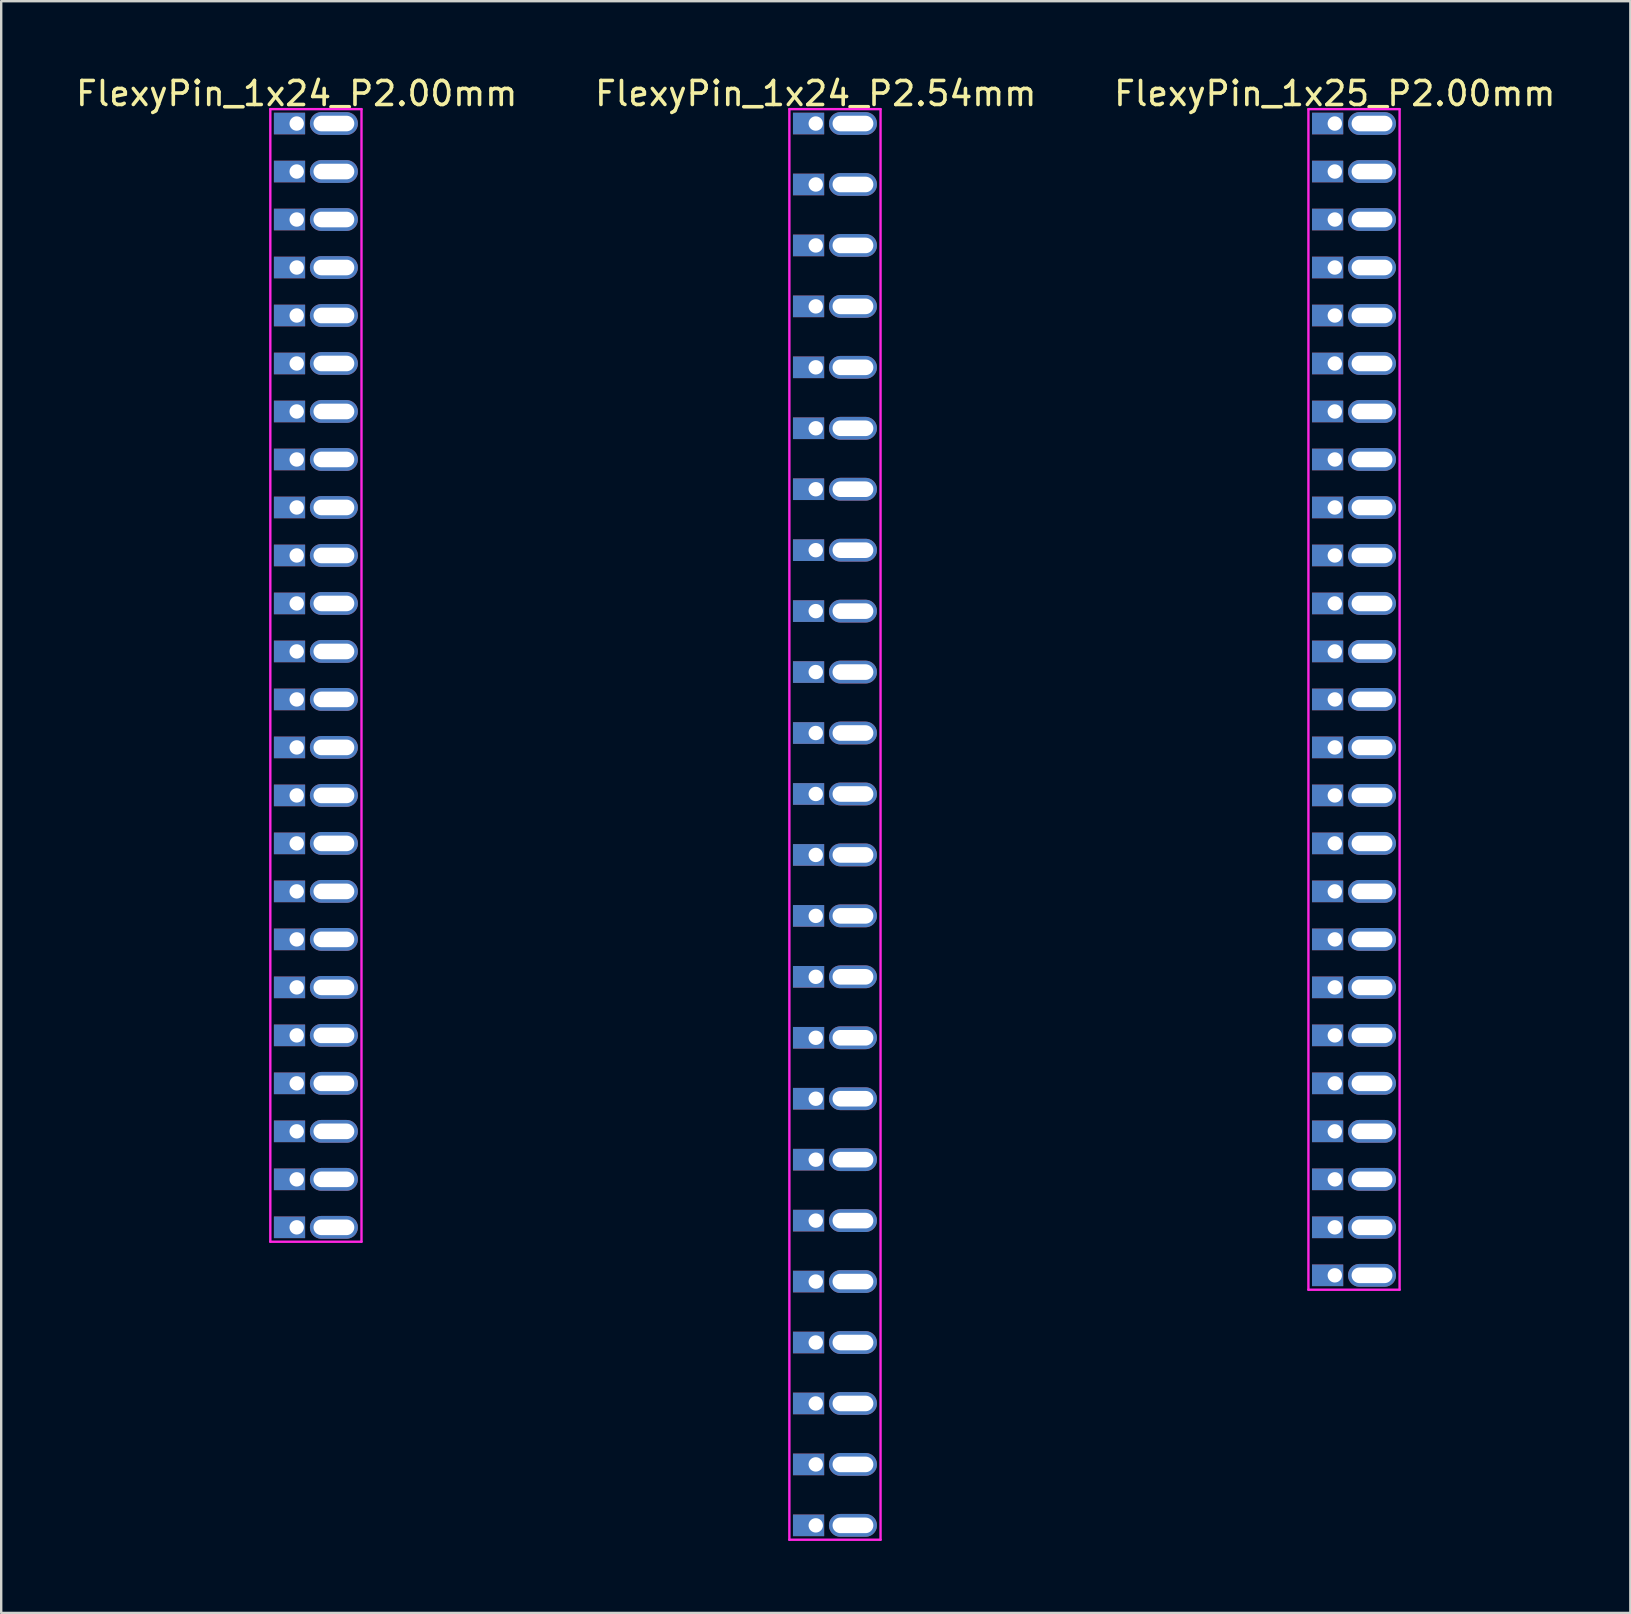
<source format=kicad_pcb>
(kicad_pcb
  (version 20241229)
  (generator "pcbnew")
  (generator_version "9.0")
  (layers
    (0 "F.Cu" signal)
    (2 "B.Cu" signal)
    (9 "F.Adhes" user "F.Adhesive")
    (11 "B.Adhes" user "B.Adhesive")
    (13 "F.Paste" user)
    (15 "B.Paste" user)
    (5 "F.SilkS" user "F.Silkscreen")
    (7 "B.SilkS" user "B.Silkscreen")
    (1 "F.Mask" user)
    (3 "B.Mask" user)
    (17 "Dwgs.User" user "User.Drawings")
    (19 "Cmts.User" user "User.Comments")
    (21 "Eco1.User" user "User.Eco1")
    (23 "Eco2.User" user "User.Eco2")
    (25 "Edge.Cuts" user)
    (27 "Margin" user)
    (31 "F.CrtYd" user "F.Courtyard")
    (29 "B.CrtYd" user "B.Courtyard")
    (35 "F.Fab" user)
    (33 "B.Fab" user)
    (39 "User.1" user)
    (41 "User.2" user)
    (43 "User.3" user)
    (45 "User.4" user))
  (footprint "FlexyPin_1x25_P2.00mm"
    (layer "F.Cu")
    (at 52.577 2.098)
    (property "Reference" "FlexyPin_1x25_P2.00mm" (at 0 -1.25 0) (layer "F.SilkS") (effects (font (size 1 1) (thickness 0.15))))
    (attr through_hole)
    (fp_line (start -1.1 -0.6) (end 2.7 -0.6) (stroke (width 0.1) (type solid)) (layer "F.CrtYd"))
    (fp_line (start -1.1 48.6) (end -1.1 -0.6) (stroke (width 0.1) (type solid)) (layer "F.CrtYd"))
    (fp_line (start 2.7 -0.6) (end 2.7 48.6) (stroke (width 0.1) (type solid)) (layer "F.CrtYd"))
    (fp_line (start 2.7 48.6) (end -1.1 48.6) (stroke (width 0.1) (type solid)) (layer "F.CrtYd"))
    (pad "" thru_hole oval (at 1.55 0) (size 2 0.95) (drill oval 1.7 0.65) (layers "*.Cu" "*.Mask"))
    (pad "" thru_hole oval (at 1.55 2) (size 2 0.95) (drill oval 1.7 0.65) (layers "*.Cu" "*.Mask"))
    (pad "" thru_hole oval (at 1.55 4) (size 2 0.95) (drill oval 1.7 0.65) (layers "*.Cu" "*.Mask"))
    (pad "" thru_hole oval (at 1.55 6) (size 2 0.95) (drill oval 1.7 0.65) (layers "*.Cu" "*.Mask"))
    (pad "" thru_hole oval (at 1.55 8) (size 2 0.95) (drill oval 1.7 0.65) (layers "*.Cu" "*.Mask"))
    (pad "" thru_hole oval (at 1.55 10) (size 2 0.95) (drill oval 1.7 0.65) (layers "*.Cu" "*.Mask"))
    (pad "" thru_hole oval (at 1.55 12) (size 2 0.95) (drill oval 1.7 0.65) (layers "*.Cu" "*.Mask"))
    (pad "" thru_hole oval (at 1.55 14) (size 2 0.95) (drill oval 1.7 0.65) (layers "*.Cu" "*.Mask"))
    (pad "" thru_hole oval (at 1.55 16) (size 2 0.95) (drill oval 1.7 0.65) (layers "*.Cu" "*.Mask"))
    (pad "" thru_hole oval (at 1.55 18) (size 2 0.95) (drill oval 1.7 0.65) (layers "*.Cu" "*.Mask"))
    (pad "" thru_hole oval (at 1.55 20) (size 2 0.95) (drill oval 1.7 0.65) (layers "*.Cu" "*.Mask"))
    (pad "" thru_hole oval (at 1.55 22) (size 2 0.95) (drill oval 1.7 0.65) (layers "*.Cu" "*.Mask"))
    (pad "" thru_hole oval (at 1.55 24) (size 2 0.95) (drill oval 1.7 0.65) (layers "*.Cu" "*.Mask"))
    (pad "" thru_hole oval (at 1.55 26) (size 2 0.95) (drill oval 1.7 0.65) (layers "*.Cu" "*.Mask"))
    (pad "" thru_hole oval (at 1.55 28) (size 2 0.95) (drill oval 1.7 0.65) (layers "*.Cu" "*.Mask"))
    (pad "" thru_hole oval (at 1.55 30) (size 2 0.95) (drill oval 1.7 0.65) (layers "*.Cu" "*.Mask"))
    (pad "" thru_hole oval (at 1.55 32) (size 2 0.95) (drill oval 1.7 0.65) (layers "*.Cu" "*.Mask"))
    (pad "" thru_hole oval (at 1.55 34) (size 2 0.95) (drill oval 1.7 0.65) (layers "*.Cu" "*.Mask"))
    (pad "" thru_hole oval (at 1.55 36) (size 2 0.95) (drill oval 1.7 0.65) (layers "*.Cu" "*.Mask"))
    (pad "" thru_hole oval (at 1.55 38) (size 2 0.95) (drill oval 1.7 0.65) (layers "*.Cu" "*.Mask"))
    (pad "" thru_hole oval (at 1.55 40) (size 2 0.95) (drill oval 1.7 0.65) (layers "*.Cu" "*.Mask"))
    (pad "" thru_hole oval (at 1.55 42) (size 2 0.95) (drill oval 1.7 0.65) (layers "*.Cu" "*.Mask"))
    (pad "" thru_hole oval (at 1.55 44) (size 2 0.95) (drill oval 1.7 0.65) (layers "*.Cu" "*.Mask"))
    (pad "" thru_hole oval (at 1.55 46) (size 2 0.95) (drill oval 1.7 0.65) (layers "*.Cu" "*.Mask"))
    (pad "" thru_hole oval (at 1.55 48) (size 2 0.95) (drill oval 1.7 0.65) (layers "*.Cu" "*.Mask"))
    (pad "1" thru_hole rect (at 0 0) (size 1.3 0.9) (drill 0.6 (offset -0.3 0)) (layers "*.Cu" "*.Mask"))
    (pad "2" thru_hole rect (at 0 2) (size 1.3 0.9) (drill 0.6 (offset -0.3 0)) (layers "*.Cu" "*.Mask"))
    (pad "3" thru_hole rect (at 0 4) (size 1.3 0.9) (drill 0.6 (offset -0.3 0)) (layers "*.Cu" "*.Mask"))
    (pad "4" thru_hole rect (at 0 6) (size 1.3 0.9) (drill 0.6 (offset -0.3 0)) (layers "*.Cu" "*.Mask"))
    (pad "5" thru_hole rect (at 0 8) (size 1.3 0.9) (drill 0.6 (offset -0.3 0)) (layers "*.Cu" "*.Mask"))
    (pad "6" thru_hole rect (at 0 10) (size 1.3 0.9) (drill 0.6 (offset -0.3 0)) (layers "*.Cu" "*.Mask"))
    (pad "7" thru_hole rect (at 0 12) (size 1.3 0.9) (drill 0.6 (offset -0.3 0)) (layers "*.Cu" "*.Mask"))
    (pad "8" thru_hole rect (at 0 14) (size 1.3 0.9) (drill 0.6 (offset -0.3 0)) (layers "*.Cu" "*.Mask"))
    (pad "9" thru_hole rect (at 0 16) (size 1.3 0.9) (drill 0.6 (offset -0.3 0)) (layers "*.Cu" "*.Mask"))
    (pad "10" thru_hole rect (at 0 18) (size 1.3 0.9) (drill 0.6 (offset -0.3 0)) (layers "*.Cu" "*.Mask"))
    (pad "11" thru_hole rect (at 0 20) (size 1.3 0.9) (drill 0.6 (offset -0.3 0)) (layers "*.Cu" "*.Mask"))
    (pad "12" thru_hole rect (at 0 22) (size 1.3 0.9) (drill 0.6 (offset -0.3 0)) (layers "*.Cu" "*.Mask"))
    (pad "13" thru_hole rect (at 0 24) (size 1.3 0.9) (drill 0.6 (offset -0.3 0)) (layers "*.Cu" "*.Mask"))
    (pad "14" thru_hole rect (at 0 26) (size 1.3 0.9) (drill 0.6 (offset -0.3 0)) (layers "*.Cu" "*.Mask"))
    (pad "15" thru_hole rect (at 0 28) (size 1.3 0.9) (drill 0.6 (offset -0.3 0)) (layers "*.Cu" "*.Mask"))
    (pad "16" thru_hole rect (at 0 30) (size 1.3 0.9) (drill 0.6 (offset -0.3 0)) (layers "*.Cu" "*.Mask"))
    (pad "17" thru_hole rect (at 0 32) (size 1.3 0.9) (drill 0.6 (offset -0.3 0)) (layers "*.Cu" "*.Mask"))
    (pad "18" thru_hole rect (at 0 34) (size 1.3 0.9) (drill 0.6 (offset -0.3 0)) (layers "*.Cu" "*.Mask"))
    (pad "19" thru_hole rect (at 0 36) (size 1.3 0.9) (drill 0.6 (offset -0.3 0)) (layers "*.Cu" "*.Mask"))
    (pad "20" thru_hole rect (at 0 38) (size 1.3 0.9) (drill 0.6 (offset -0.3 0)) (layers "*.Cu" "*.Mask"))
    (pad "21" thru_hole rect (at 0 40) (size 1.3 0.9) (drill 0.6 (offset -0.3 0)) (layers "*.Cu" "*.Mask"))
    (pad "22" thru_hole rect (at 0 42) (size 1.3 0.9) (drill 0.6 (offset -0.3 0)) (layers "*.Cu" "*.Mask"))
    (pad "23" thru_hole rect (at 0 44) (size 1.3 0.9) (drill 0.6 (offset -0.3 0)) (layers "*.Cu" "*.Mask"))
    (pad "24" thru_hole rect (at 0 46) (size 1.3 0.9) (drill 0.6 (offset -0.3 0)) (layers "*.Cu" "*.Mask"))
    (pad "25" thru_hole rect (at 0 48) (size 1.3 0.9) (drill 0.6 (offset -0.3 0)) (layers "*.Cu" "*.Mask")))
  (footprint "FlexyPin_1x24_P2.00mm"
    (layer "F.Cu")
    (at 9.315 2.098)
    (property "Reference" "FlexyPin_1x24_P2.00mm" (at 0 -1.25 0) (layer "F.SilkS") (effects (font (size 1 1) (thickness 0.15))))
    (attr through_hole)
    (fp_line (start -1.1 -0.6) (end 2.7 -0.6) (stroke (width 0.1) (type solid)) (layer "F.CrtYd"))
    (fp_line (start -1.1 46.6) (end -1.1 -0.6) (stroke (width 0.1) (type solid)) (layer "F.CrtYd"))
    (fp_line (start 2.7 -0.6) (end 2.7 46.6) (stroke (width 0.1) (type solid)) (layer "F.CrtYd"))
    (fp_line (start 2.7 46.6) (end -1.1 46.6) (stroke (width 0.1) (type solid)) (layer "F.CrtYd"))
    (pad "" thru_hole oval (at 1.55 0) (size 2 0.95) (drill oval 1.7 0.65) (layers "*.Cu" "*.Mask"))
    (pad "" thru_hole oval (at 1.55 2) (size 2 0.95) (drill oval 1.7 0.65) (layers "*.Cu" "*.Mask"))
    (pad "" thru_hole oval (at 1.55 4) (size 2 0.95) (drill oval 1.7 0.65) (layers "*.Cu" "*.Mask"))
    (pad "" thru_hole oval (at 1.55 6) (size 2 0.95) (drill oval 1.7 0.65) (layers "*.Cu" "*.Mask"))
    (pad "" thru_hole oval (at 1.55 8) (size 2 0.95) (drill oval 1.7 0.65) (layers "*.Cu" "*.Mask"))
    (pad "" thru_hole oval (at 1.55 10) (size 2 0.95) (drill oval 1.7 0.65) (layers "*.Cu" "*.Mask"))
    (pad "" thru_hole oval (at 1.55 12) (size 2 0.95) (drill oval 1.7 0.65) (layers "*.Cu" "*.Mask"))
    (pad "" thru_hole oval (at 1.55 14) (size 2 0.95) (drill oval 1.7 0.65) (layers "*.Cu" "*.Mask"))
    (pad "" thru_hole oval (at 1.55 16) (size 2 0.95) (drill oval 1.7 0.65) (layers "*.Cu" "*.Mask"))
    (pad "" thru_hole oval (at 1.55 18) (size 2 0.95) (drill oval 1.7 0.65) (layers "*.Cu" "*.Mask"))
    (pad "" thru_hole oval (at 1.55 20) (size 2 0.95) (drill oval 1.7 0.65) (layers "*.Cu" "*.Mask"))
    (pad "" thru_hole oval (at 1.55 22) (size 2 0.95) (drill oval 1.7 0.65) (layers "*.Cu" "*.Mask"))
    (pad "" thru_hole oval (at 1.55 24) (size 2 0.95) (drill oval 1.7 0.65) (layers "*.Cu" "*.Mask"))
    (pad "" thru_hole oval (at 1.55 26) (size 2 0.95) (drill oval 1.7 0.65) (layers "*.Cu" "*.Mask"))
    (pad "" thru_hole oval (at 1.55 28) (size 2 0.95) (drill oval 1.7 0.65) (layers "*.Cu" "*.Mask"))
    (pad "" thru_hole oval (at 1.55 30) (size 2 0.95) (drill oval 1.7 0.65) (layers "*.Cu" "*.Mask"))
    (pad "" thru_hole oval (at 1.55 32) (size 2 0.95) (drill oval 1.7 0.65) (layers "*.Cu" "*.Mask"))
    (pad "" thru_hole oval (at 1.55 34) (size 2 0.95) (drill oval 1.7 0.65) (layers "*.Cu" "*.Mask"))
    (pad "" thru_hole oval (at 1.55 36) (size 2 0.95) (drill oval 1.7 0.65) (layers "*.Cu" "*.Mask"))
    (pad "" thru_hole oval (at 1.55 38) (size 2 0.95) (drill oval 1.7 0.65) (layers "*.Cu" "*.Mask"))
    (pad "" thru_hole oval (at 1.55 40) (size 2 0.95) (drill oval 1.7 0.65) (layers "*.Cu" "*.Mask"))
    (pad "" thru_hole oval (at 1.55 42) (size 2 0.95) (drill oval 1.7 0.65) (layers "*.Cu" "*.Mask"))
    (pad "" thru_hole oval (at 1.55 44) (size 2 0.95) (drill oval 1.7 0.65) (layers "*.Cu" "*.Mask"))
    (pad "" thru_hole oval (at 1.55 46) (size 2 0.95) (drill oval 1.7 0.65) (layers "*.Cu" "*.Mask"))
    (pad "1" thru_hole rect (at 0 0) (size 1.3 0.9) (drill 0.6 (offset -0.3 0)) (layers "*.Cu" "*.Mask"))
    (pad "2" thru_hole rect (at 0 2) (size 1.3 0.9) (drill 0.6 (offset -0.3 0)) (layers "*.Cu" "*.Mask"))
    (pad "3" thru_hole rect (at 0 4) (size 1.3 0.9) (drill 0.6 (offset -0.3 0)) (layers "*.Cu" "*.Mask"))
    (pad "4" thru_hole rect (at 0 6) (size 1.3 0.9) (drill 0.6 (offset -0.3 0)) (layers "*.Cu" "*.Mask"))
    (pad "5" thru_hole rect (at 0 8) (size 1.3 0.9) (drill 0.6 (offset -0.3 0)) (layers "*.Cu" "*.Mask"))
    (pad "6" thru_hole rect (at 0 10) (size 1.3 0.9) (drill 0.6 (offset -0.3 0)) (layers "*.Cu" "*.Mask"))
    (pad "7" thru_hole rect (at 0 12) (size 1.3 0.9) (drill 0.6 (offset -0.3 0)) (layers "*.Cu" "*.Mask"))
    (pad "8" thru_hole rect (at 0 14) (size 1.3 0.9) (drill 0.6 (offset -0.3 0)) (layers "*.Cu" "*.Mask"))
    (pad "9" thru_hole rect (at 0 16) (size 1.3 0.9) (drill 0.6 (offset -0.3 0)) (layers "*.Cu" "*.Mask"))
    (pad "10" thru_hole rect (at 0 18) (size 1.3 0.9) (drill 0.6 (offset -0.3 0)) (layers "*.Cu" "*.Mask"))
    (pad "11" thru_hole rect (at 0 20) (size 1.3 0.9) (drill 0.6 (offset -0.3 0)) (layers "*.Cu" "*.Mask"))
    (pad "12" thru_hole rect (at 0 22) (size 1.3 0.9) (drill 0.6 (offset -0.3 0)) (layers "*.Cu" "*.Mask"))
    (pad "13" thru_hole rect (at 0 24) (size 1.3 0.9) (drill 0.6 (offset -0.3 0)) (layers "*.Cu" "*.Mask"))
    (pad "14" thru_hole rect (at 0 26) (size 1.3 0.9) (drill 0.6 (offset -0.3 0)) (layers "*.Cu" "*.Mask"))
    (pad "15" thru_hole rect (at 0 28) (size 1.3 0.9) (drill 0.6 (offset -0.3 0)) (layers "*.Cu" "*.Mask"))
    (pad "16" thru_hole rect (at 0 30) (size 1.3 0.9) (drill 0.6 (offset -0.3 0)) (layers "*.Cu" "*.Mask"))
    (pad "17" thru_hole rect (at 0 32) (size 1.3 0.9) (drill 0.6 (offset -0.3 0)) (layers "*.Cu" "*.Mask"))
    (pad "18" thru_hole rect (at 0 34) (size 1.3 0.9) (drill 0.6 (offset -0.3 0)) (layers "*.Cu" "*.Mask"))
    (pad "19" thru_hole rect (at 0 36) (size 1.3 0.9) (drill 0.6 (offset -0.3 0)) (layers "*.Cu" "*.Mask"))
    (pad "20" thru_hole rect (at 0 38) (size 1.3 0.9) (drill 0.6 (offset -0.3 0)) (layers "*.Cu" "*.Mask"))
    (pad "21" thru_hole rect (at 0 40) (size 1.3 0.9) (drill 0.6 (offset -0.3 0)) (layers "*.Cu" "*.Mask"))
    (pad "22" thru_hole rect (at 0 42) (size 1.3 0.9) (drill 0.6 (offset -0.3 0)) (layers "*.Cu" "*.Mask"))
    (pad "23" thru_hole rect (at 0 44) (size 1.3 0.9) (drill 0.6 (offset -0.3 0)) (layers "*.Cu" "*.Mask"))
    (pad "24" thru_hole rect (at 0 46) (size 1.3 0.9) (drill 0.6 (offset -0.3 0)) (layers "*.Cu" "*.Mask")))
  (footprint "FlexyPin_1x24_P2.54mm"
    (layer "F.Cu")
    (at 30.946 2.098)
    (property "Reference" "FlexyPin_1x24_P2.54mm" (at 0 -1.25 0) (layer "F.SilkS") (effects (font (size 1 1) (thickness 0.15))))
    (attr through_hole)
    (fp_line (start -1.1 -0.6) (end 2.7 -0.6) (stroke (width 0.1) (type solid)) (layer "F.CrtYd"))
    (fp_line (start -1.1 59.02) (end -1.1 -0.6) (stroke (width 0.1) (type solid)) (layer "F.CrtYd"))
    (fp_line (start 2.7 -0.6) (end 2.7 59.02) (stroke (width 0.1) (type solid)) (layer "F.CrtYd"))
    (fp_line (start 2.7 59.02) (end -1.1 59.02) (stroke (width 0.1) (type solid)) (layer "F.CrtYd"))
    (pad "" thru_hole oval (at 1.55 0) (size 2 0.95) (drill oval 1.7 0.65) (layers "*.Cu" "*.Mask"))
    (pad "" thru_hole oval (at 1.55 2.54) (size 2 0.95) (drill oval 1.7 0.65) (layers "*.Cu" "*.Mask"))
    (pad "" thru_hole oval (at 1.55 5.08) (size 2 0.95) (drill oval 1.7 0.65) (layers "*.Cu" "*.Mask"))
    (pad "" thru_hole oval (at 1.55 7.62) (size 2 0.95) (drill oval 1.7 0.65) (layers "*.Cu" "*.Mask"))
    (pad "" thru_hole oval (at 1.55 10.16) (size 2 0.95) (drill oval 1.7 0.65) (layers "*.Cu" "*.Mask"))
    (pad "" thru_hole oval (at 1.55 12.7) (size 2 0.95) (drill oval 1.7 0.65) (layers "*.Cu" "*.Mask"))
    (pad "" thru_hole oval (at 1.55 15.24) (size 2 0.95) (drill oval 1.7 0.65) (layers "*.Cu" "*.Mask"))
    (pad "" thru_hole oval (at 1.55 17.78) (size 2 0.95) (drill oval 1.7 0.65) (layers "*.Cu" "*.Mask"))
    (pad "" thru_hole oval (at 1.55 20.32) (size 2 0.95) (drill oval 1.7 0.65) (layers "*.Cu" "*.Mask"))
    (pad "" thru_hole oval (at 1.55 22.86) (size 2 0.95) (drill oval 1.7 0.65) (layers "*.Cu" "*.Mask"))
    (pad "" thru_hole oval (at 1.55 25.4) (size 2 0.95) (drill oval 1.7 0.65) (layers "*.Cu" "*.Mask"))
    (pad "" thru_hole oval (at 1.55 27.94) (size 2 0.95) (drill oval 1.7 0.65) (layers "*.Cu" "*.Mask"))
    (pad "" thru_hole oval (at 1.55 30.48) (size 2 0.95) (drill oval 1.7 0.65) (layers "*.Cu" "*.Mask"))
    (pad "" thru_hole oval (at 1.55 33.02) (size 2 0.95) (drill oval 1.7 0.65) (layers "*.Cu" "*.Mask"))
    (pad "" thru_hole oval (at 1.55 35.56) (size 2 0.95) (drill oval 1.7 0.65) (layers "*.Cu" "*.Mask"))
    (pad "" thru_hole oval (at 1.55 38.1) (size 2 0.95) (drill oval 1.7 0.65) (layers "*.Cu" "*.Mask"))
    (pad "" thru_hole oval (at 1.55 40.64) (size 2 0.95) (drill oval 1.7 0.65) (layers "*.Cu" "*.Mask"))
    (pad "" thru_hole oval (at 1.55 43.18) (size 2 0.95) (drill oval 1.7 0.65) (layers "*.Cu" "*.Mask"))
    (pad "" thru_hole oval (at 1.55 45.72) (size 2 0.95) (drill oval 1.7 0.65) (layers "*.Cu" "*.Mask"))
    (pad "" thru_hole oval (at 1.55 48.26) (size 2 0.95) (drill oval 1.7 0.65) (layers "*.Cu" "*.Mask"))
    (pad "" thru_hole oval (at 1.55 50.8) (size 2 0.95) (drill oval 1.7 0.65) (layers "*.Cu" "*.Mask"))
    (pad "" thru_hole oval (at 1.55 53.34) (size 2 0.95) (drill oval 1.7 0.65) (layers "*.Cu" "*.Mask"))
    (pad "" thru_hole oval (at 1.55 55.88) (size 2 0.95) (drill oval 1.7 0.65) (layers "*.Cu" "*.Mask"))
    (pad "" thru_hole oval (at 1.55 58.42) (size 2 0.95) (drill oval 1.7 0.65) (layers "*.Cu" "*.Mask"))
    (pad "1" thru_hole rect (at 0 0) (size 1.3 0.9) (drill 0.6 (offset -0.3 0)) (layers "*.Cu" "*.Mask"))
    (pad "2" thru_hole rect (at 0 2.54) (size 1.3 0.9) (drill 0.6 (offset -0.3 0)) (layers "*.Cu" "*.Mask"))
    (pad "3" thru_hole rect (at 0 5.08) (size 1.3 0.9) (drill 0.6 (offset -0.3 0)) (layers "*.Cu" "*.Mask"))
    (pad "4" thru_hole rect (at 0 7.62) (size 1.3 0.9) (drill 0.6 (offset -0.3 0)) (layers "*.Cu" "*.Mask"))
    (pad "5" thru_hole rect (at 0 10.16) (size 1.3 0.9) (drill 0.6 (offset -0.3 0)) (layers "*.Cu" "*.Mask"))
    (pad "6" thru_hole rect (at 0 12.7) (size 1.3 0.9) (drill 0.6 (offset -0.3 0)) (layers "*.Cu" "*.Mask"))
    (pad "7" thru_hole rect (at 0 15.24) (size 1.3 0.9) (drill 0.6 (offset -0.3 0)) (layers "*.Cu" "*.Mask"))
    (pad "8" thru_hole rect (at 0 17.78) (size 1.3 0.9) (drill 0.6 (offset -0.3 0)) (layers "*.Cu" "*.Mask"))
    (pad "9" thru_hole rect (at 0 20.32) (size 1.3 0.9) (drill 0.6 (offset -0.3 0)) (layers "*.Cu" "*.Mask"))
    (pad "10" thru_hole rect (at 0 22.86) (size 1.3 0.9) (drill 0.6 (offset -0.3 0)) (layers "*.Cu" "*.Mask"))
    (pad "11" thru_hole rect (at 0 25.4) (size 1.3 0.9) (drill 0.6 (offset -0.3 0)) (layers "*.Cu" "*.Mask"))
    (pad "12" thru_hole rect (at 0 27.94) (size 1.3 0.9) (drill 0.6 (offset -0.3 0)) (layers "*.Cu" "*.Mask"))
    (pad "13" thru_hole rect (at 0 30.48) (size 1.3 0.9) (drill 0.6 (offset -0.3 0)) (layers "*.Cu" "*.Mask"))
    (pad "14" thru_hole rect (at 0 33.02) (size 1.3 0.9) (drill 0.6 (offset -0.3 0)) (layers "*.Cu" "*.Mask"))
    (pad "15" thru_hole rect (at 0 35.56) (size 1.3 0.9) (drill 0.6 (offset -0.3 0)) (layers "*.Cu" "*.Mask"))
    (pad "16" thru_hole rect (at 0 38.1) (size 1.3 0.9) (drill 0.6 (offset -0.3 0)) (layers "*.Cu" "*.Mask"))
    (pad "17" thru_hole rect (at 0 40.64) (size 1.3 0.9) (drill 0.6 (offset -0.3 0)) (layers "*.Cu" "*.Mask"))
    (pad "18" thru_hole rect (at 0 43.18) (size 1.3 0.9) (drill 0.6 (offset -0.3 0)) (layers "*.Cu" "*.Mask"))
    (pad "19" thru_hole rect (at 0 45.72) (size 1.3 0.9) (drill 0.6 (offset -0.3 0)) (layers "*.Cu" "*.Mask"))
    (pad "20" thru_hole rect (at 0 48.26) (size 1.3 0.9) (drill 0.6 (offset -0.3 0)) (layers "*.Cu" "*.Mask"))
    (pad "21" thru_hole rect (at 0 50.8) (size 1.3 0.9) (drill 0.6 (offset -0.3 0)) (layers "*.Cu" "*.Mask"))
    (pad "22" thru_hole rect (at 0 53.34) (size 1.3 0.9) (drill 0.6 (offset -0.3 0)) (layers "*.Cu" "*.Mask"))
    (pad "23" thru_hole rect (at 0 55.88) (size 1.3 0.9) (drill 0.6 (offset -0.3 0)) (layers "*.Cu" "*.Mask"))
    (pad "24" thru_hole rect (at 0 58.42) (size 1.3 0.9) (drill 0.6 (offset -0.3 0)) (layers "*.Cu" "*.Mask")))
  (gr_rect
    (start -3 -3)
    (end 64.893 64.168)
    (stroke (width 0.1) (type default))
    (fill no)
    (layer "Edge.Cuts")))
</source>
